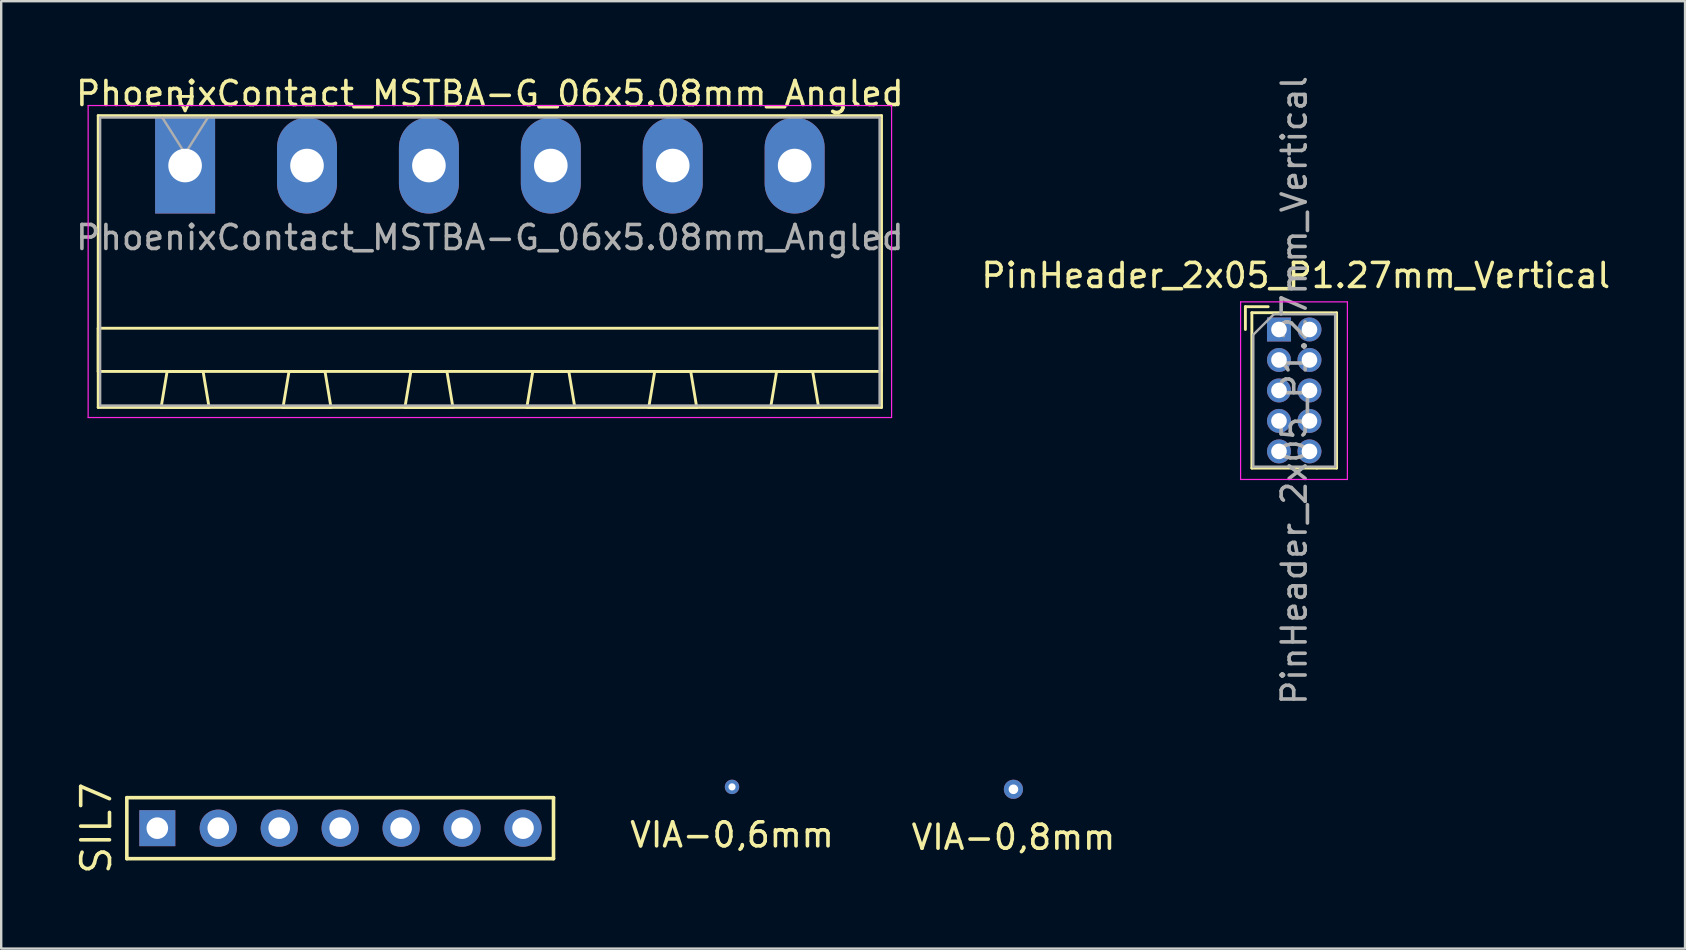
<source format=kicad_pcb>
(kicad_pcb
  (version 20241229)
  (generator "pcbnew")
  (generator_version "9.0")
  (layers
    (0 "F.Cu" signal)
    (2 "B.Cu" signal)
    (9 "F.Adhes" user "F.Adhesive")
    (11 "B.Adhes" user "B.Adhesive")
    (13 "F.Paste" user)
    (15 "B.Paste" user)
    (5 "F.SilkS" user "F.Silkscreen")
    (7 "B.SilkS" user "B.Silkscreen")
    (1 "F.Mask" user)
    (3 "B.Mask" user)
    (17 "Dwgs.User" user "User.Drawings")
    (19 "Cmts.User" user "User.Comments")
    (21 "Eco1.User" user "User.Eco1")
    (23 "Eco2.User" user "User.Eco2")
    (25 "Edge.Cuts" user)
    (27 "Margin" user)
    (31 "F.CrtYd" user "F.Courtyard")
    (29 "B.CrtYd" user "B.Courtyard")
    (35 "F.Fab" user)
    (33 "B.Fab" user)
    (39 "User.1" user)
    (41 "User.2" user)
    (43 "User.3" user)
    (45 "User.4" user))
  (footprint "VIA-0,6mm"
    (layer "F.Cu")
    (at 27.453 29.74)
    (property "Reference" "VIA-0,6mm" (at 0 2 0) (layer "F.SilkS") (effects (font (size 1 1) (thickness 0.15))))
    (attr through_hole)
    (pad "1" thru_hole circle (at 0 0) (size 0.6 0.6) (drill 0.3) (layers "*.Cu")))
  (footprint "PhoenixContact_MSTBA-G_06x5.08mm_Angled"
    (layer "F.Cu")
    (at 4.663 3.848)
    (property "Reference" "PhoenixContact_MSTBA-G_06x5.08mm_Angled" (at 12.7 -3 0) (layer "F.SilkS") (effects (font (size 1 1) (thickness 0.15))))
    (attr through_hole)
    (fp_line (start -3.62 -2.08) (end -3.62 10.08) (stroke (width 0.12) (type solid)) (layer "F.SilkS"))
    (fp_line (start -3.62 6.78) (end 29.02 6.78) (stroke (width 0.12) (type solid)) (layer "F.SilkS"))
    (fp_line (start -3.62 8.58) (end -3.62 6.78) (stroke (width 0.12) (type solid)) (layer "F.SilkS"))
    (fp_line (start -3.62 10.08) (end 29.02 10.08) (stroke (width 0.12) (type solid)) (layer "F.SilkS"))
    (fp_line (start -1 10.08) (end 1 10.08) (stroke (width 0.12) (type solid)) (layer "F.SilkS"))
    (fp_line (start -0.75 8.58) (end -1 10.08) (stroke (width 0.12) (type solid)) (layer "F.SilkS"))
    (fp_line (start -0.3 -2.88) (end 0.3 -2.88) (stroke (width 0.12) (type solid)) (layer "F.SilkS"))
    (fp_line (start 0 -2.28) (end -0.3 -2.88) (stroke (width 0.12) (type solid)) (layer "F.SilkS"))
    (fp_line (start 0.3 -2.88) (end 0 -2.28) (stroke (width 0.12) (type solid)) (layer "F.SilkS"))
    (fp_line (start 0.75 8.58) (end -0.75 8.58) (stroke (width 0.12) (type solid)) (layer "F.SilkS"))
    (fp_line (start 1 10.08) (end 0.75 8.58) (stroke (width 0.12) (type solid)) (layer "F.SilkS"))
    (fp_line (start 4.08 10.08) (end 6.08 10.08) (stroke (width 0.12) (type solid)) (layer "F.SilkS"))
    (fp_line (start 4.33 8.58) (end 4.08 10.08) (stroke (width 0.12) (type solid)) (layer "F.SilkS"))
    (fp_line (start 5.83 8.58) (end 4.33 8.58) (stroke (width 0.12) (type solid)) (layer "F.SilkS"))
    (fp_line (start 6.08 10.08) (end 5.83 8.58) (stroke (width 0.12) (type solid)) (layer "F.SilkS"))
    (fp_line (start 9.16 10.08) (end 11.16 10.08) (stroke (width 0.12) (type solid)) (layer "F.SilkS"))
    (fp_line (start 9.41 8.58) (end 9.16 10.08) (stroke (width 0.12) (type solid)) (layer "F.SilkS"))
    (fp_line (start 10.91 8.58) (end 9.41 8.58) (stroke (width 0.12) (type solid)) (layer "F.SilkS"))
    (fp_line (start 11.16 10.08) (end 10.91 8.58) (stroke (width 0.12) (type solid)) (layer "F.SilkS"))
    (fp_line (start 14.24 10.08) (end 16.24 10.08) (stroke (width 0.12) (type solid)) (layer "F.SilkS"))
    (fp_line (start 14.49 8.58) (end 14.24 10.08) (stroke (width 0.12) (type solid)) (layer "F.SilkS"))
    (fp_line (start 15.99 8.58) (end 14.49 8.58) (stroke (width 0.12) (type solid)) (layer "F.SilkS"))
    (fp_line (start 16.24 10.08) (end 15.99 8.58) (stroke (width 0.12) (type solid)) (layer "F.SilkS"))
    (fp_line (start 19.32 10.08) (end 21.32 10.08) (stroke (width 0.12) (type solid)) (layer "F.SilkS"))
    (fp_line (start 19.57 8.58) (end 19.32 10.08) (stroke (width 0.12) (type solid)) (layer "F.SilkS"))
    (fp_line (start 21.07 8.58) (end 19.57 8.58) (stroke (width 0.12) (type solid)) (layer "F.SilkS"))
    (fp_line (start 21.32 10.08) (end 21.07 8.58) (stroke (width 0.12) (type solid)) (layer "F.SilkS"))
    (fp_line (start 24.4 10.08) (end 26.4 10.08) (stroke (width 0.12) (type solid)) (layer "F.SilkS"))
    (fp_line (start 24.65 8.58) (end 24.4 10.08) (stroke (width 0.12) (type solid)) (layer "F.SilkS"))
    (fp_line (start 26.15 8.58) (end 24.65 8.58) (stroke (width 0.12) (type solid)) (layer "F.SilkS"))
    (fp_line (start 26.4 10.08) (end 26.15 8.58) (stroke (width 0.12) (type solid)) (layer "F.SilkS"))
    (fp_line (start 29.02 -2.08) (end -3.62 -2.08) (stroke (width 0.12) (type solid)) (layer "F.SilkS"))
    (fp_line (start 29.02 6.78) (end 29.02 8.58) (stroke (width 0.12) (type solid)) (layer "F.SilkS"))
    (fp_line (start 29.02 8.58) (end -3.62 8.58) (stroke (width 0.12) (type solid)) (layer "F.SilkS"))
    (fp_line (start 29.02 10.08) (end 29.02 -2.08) (stroke (width 0.12) (type solid)) (layer "F.SilkS"))
    (fp_line (start -4.04 -2.5) (end -4.04 10.5) (stroke (width 0.05) (type solid)) (layer "F.CrtYd"))
    (fp_line (start -4.04 10.5) (end 29.44 10.5) (stroke (width 0.05) (type solid)) (layer "F.CrtYd"))
    (fp_line (start 29.44 -2.5) (end -4.04 -2.5) (stroke (width 0.05) (type solid)) (layer "F.CrtYd"))
    (fp_line (start 29.44 10.5) (end 29.44 -2.5) (stroke (width 0.05) (type solid)) (layer "F.CrtYd"))
    (fp_line (start -3.54 -2) (end -3.54 10) (stroke (width 0.1) (type solid)) (layer "F.Fab"))
    (fp_line (start -3.54 10) (end 28.94 10) (stroke (width 0.1) (type solid)) (layer "F.Fab"))
    (fp_line (start 0 -0.5) (end -0.95 -2) (stroke (width 0.1) (type solid)) (layer "F.Fab"))
    (fp_line (start 0.95 -2) (end 0 -0.5) (stroke (width 0.1) (type solid)) (layer "F.Fab"))
    (fp_line (start 28.94 -2) (end -3.54 -2) (stroke (width 0.1) (type solid)) (layer "F.Fab"))
    (fp_line (start 28.94 10) (end 28.94 -2) (stroke (width 0.1) (type solid)) (layer "F.Fab"))
    (fp_text user "${REFERENCE}" (at 12.7 3 0) (layer "F.Fab") (effects (font (size 1 1) (thickness 0.15))))
    (pad "1" thru_hole rect (at 0 0) (size 2.5 4) (drill 1.4) (layers "*.Cu" "*.Mask"))
    (pad "2" thru_hole oval (at 5.08 0) (size 2.5 4) (drill 1.4) (layers "*.Cu" "*.Mask"))
    (pad "3" thru_hole oval (at 10.16 0) (size 2.5 4) (drill 1.4) (layers "*.Cu" "*.Mask"))
    (pad "4" thru_hole oval (at 15.24 0) (size 2.5 4) (drill 1.4) (layers "*.Cu" "*.Mask"))
    (pad "5" thru_hole oval (at 20.32 0) (size 2.5 4) (drill 1.4) (layers "*.Cu" "*.Mask"))
    (pad "6" thru_hole oval (at 25.4 0) (size 2.5 4) (drill 1.4) (layers "*.Cu" "*.Mask")))
  (footprint "PinHeader_2x05_P1.27mm_Vertical"
    (layer "F.Cu")
    (at 50.246 10.68)
    (property "Reference" "PinHeader_2x05_P1.27mm_Vertical" (at 0.7 -2.25 0) (layer "F.SilkS") (effects (font (size 1 1) (thickness 0.15))))
    (attr through_hole)
    (fp_line (start -1.4 0) (end -1.4 -0.95) (stroke (width 0.12) (type solid)) (layer "F.SilkS"))
    (fp_line (start -1.13 -0.7) (end -1.13 5.775) (stroke (width 0.12) (type solid)) (layer "F.SilkS"))
    (fp_line (start -1.13 -0.7) (end 2.4 -0.695) (stroke (width 0.12) (type solid)) (layer "F.SilkS"))
    (fp_line (start -1.13 5.775) (end 1.578 5.775) (stroke (width 0.12) (type solid)) (layer "F.SilkS"))
    (fp_line (start -0.45 -0.95) (end -1.4 -0.95) (stroke (width 0.12) (type solid)) (layer "F.SilkS"))
    (fp_line (start 1.578 5.775) (end 2.4 5.775) (stroke (width 0.12) (type solid)) (layer "F.SilkS"))
    (fp_line (start 2.4 -0.695) (end 2.4 5.775) (stroke (width 0.12) (type solid)) (layer "F.SilkS"))
    (fp_line (start -1.6 -1.15) (end -1.6 6.25) (stroke (width 0.05) (type solid)) (layer "F.CrtYd"))
    (fp_line (start -1.6 6.25) (end 2.85 6.25) (stroke (width 0.05) (type solid)) (layer "F.CrtYd"))
    (fp_line (start 2.85 -1.15) (end -1.6 -1.15) (stroke (width 0.05) (type solid)) (layer "F.CrtYd"))
    (fp_line (start 2.85 6.25) (end 2.85 -1.15) (stroke (width 0.05) (type solid)) (layer "F.CrtYd"))
    (fp_line (start -1.07 0.217) (end -0.217 -0.635) (stroke (width 0.1) (type solid)) (layer "F.Fab"))
    (fp_line (start -1.07 5.715) (end -1.07 0.217) (stroke (width 0.1) (type solid)) (layer "F.Fab"))
    (fp_line (start -0.217 -0.635) (end 2.34 -0.635) (stroke (width 0.1) (type solid)) (layer "F.Fab"))
    (fp_line (start 2.34 -0.635) (end 2.34 5.715) (stroke (width 0.1) (type solid)) (layer "F.Fab"))
    (fp_line (start 2.34 5.715) (end -1.07 5.715) (stroke (width 0.1) (type solid)) (layer "F.Fab"))
    (fp_text user "${REFERENCE}" (at 0.635 2.54 90) (layer "F.Fab") (effects (font (size 1 1) (thickness 0.15))))
    (pad "1" thru_hole rect (at 0 0) (size 1 1) (drill 0.65) (layers "*.Cu" "*.Mask"))
    (pad "2" thru_hole oval (at 1.27 0) (size 1 1) (drill 0.65) (layers "*.Cu" "*.Mask"))
    (pad "3" thru_hole oval (at 0 1.27) (size 1 1) (drill 0.65) (layers "*.Cu" "*.Mask"))
    (pad "4" thru_hole oval (at 1.27 1.27) (size 1 1) (drill 0.65) (layers "*.Cu" "*.Mask"))
    (pad "5" thru_hole oval (at 0 2.54) (size 1 1) (drill 0.65) (layers "*.Cu" "*.Mask"))
    (pad "6" thru_hole oval (at 1.27 2.54) (size 1 1) (drill 0.65) (layers "*.Cu" "*.Mask"))
    (pad "7" thru_hole oval (at 0 3.81) (size 1 1) (drill 0.65) (layers "*.Cu" "*.Mask"))
    (pad "8" thru_hole oval (at 1.27 3.81) (size 1 1) (drill 0.65) (layers "*.Cu" "*.Mask"))
    (pad "9" thru_hole oval (at 0 5.08) (size 1 1) (drill 0.65) (layers "*.Cu" "*.Mask"))
    (pad "10" thru_hole oval (at 1.27 5.08) (size 1 1) (drill 0.65) (layers "*.Cu" "*.Mask")))
  (footprint "SIL7"
    (layer "F.Cu")
    (at 11.125 31.46)
    (property "Reference" "SIL7" (at -10.16 0 90) (layer "F.SilkS") (effects (font (size 1.2 1.2) (thickness 0.15))))
    (attr through_hole)
    (fp_line (start -8.89 -1.27) (end 8.89 -1.27) (stroke (width 0.15) (type solid)) (layer "F.SilkS"))
    (fp_line (start -8.89 1.27) (end -8.89 -1.27) (stroke (width 0.15) (type solid)) (layer "F.SilkS"))
    (fp_line (start -8.89 1.27) (end 8.89 1.27) (stroke (width 0.15) (type solid)) (layer "F.SilkS"))
    (fp_line (start 8.89 1.27) (end 8.89 -1.27) (stroke (width 0.15) (type solid)) (layer "F.SilkS"))
    (pad "1" thru_hole rect (at -7.62 0) (size 1.5 1.5) (drill 0.9) (layers "*.Cu" "*.Mask"))
    (pad "2" thru_hole circle (at -5.08 0) (size 1.55 1.55) (drill 0.9) (layers "*.Cu" "*.Mask"))
    (pad "3" thru_hole circle (at -2.54 0) (size 1.55 1.55) (drill 0.9) (layers "*.Cu" "*.Mask"))
    (pad "4" thru_hole circle (at 0 0) (size 1.55 1.55) (drill 0.9) (layers "*.Cu" "*.Mask"))
    (pad "5" thru_hole circle (at 2.54 0) (size 1.55 1.55) (drill 0.9) (layers "*.Cu" "*.Mask"))
    (pad "6" thru_hole circle (at 5.08 0 90) (size 1.55 1.55) (drill 0.9) (layers "*.Cu" "*.Mask"))
    (pad "7" thru_hole circle (at 7.62 0) (size 1.55 1.55) (drill 0.9) (layers "*.Cu" "*.Mask")))
  (footprint "VIA-0,8mm"
    (layer "F.Cu")
    (at 39.18 29.84)
    (property "Reference" "VIA-0,8mm" (at 0 2 0) (layer "F.SilkS") (effects (font (size 1 1) (thickness 0.15))))
    (attr through_hole)
    (pad "1" thru_hole circle (at 0 0) (size 0.8 0.8) (drill 0.4) (layers "*.Cu")))
  (gr_rect
    (start -3 -3)
    (end 67.167 36.479)
    (stroke (width 0.1) (type default))
    (fill no)
    (layer "Edge.Cuts")))
</source>
